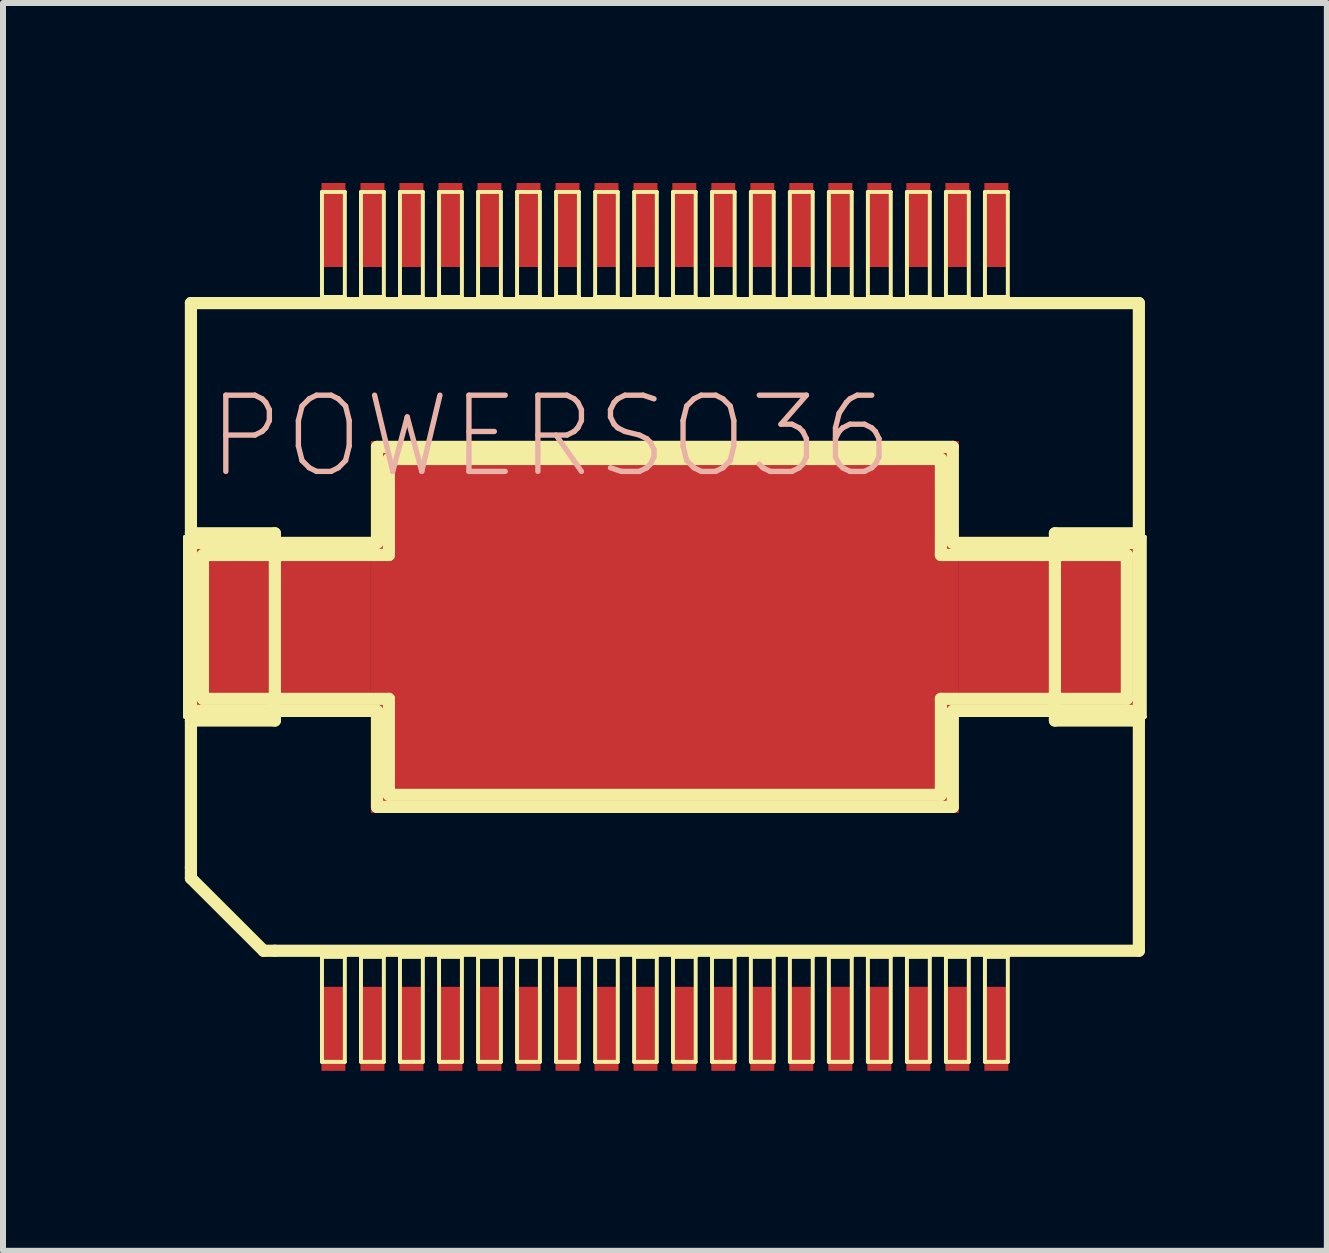
<source format=kicad_pcb>
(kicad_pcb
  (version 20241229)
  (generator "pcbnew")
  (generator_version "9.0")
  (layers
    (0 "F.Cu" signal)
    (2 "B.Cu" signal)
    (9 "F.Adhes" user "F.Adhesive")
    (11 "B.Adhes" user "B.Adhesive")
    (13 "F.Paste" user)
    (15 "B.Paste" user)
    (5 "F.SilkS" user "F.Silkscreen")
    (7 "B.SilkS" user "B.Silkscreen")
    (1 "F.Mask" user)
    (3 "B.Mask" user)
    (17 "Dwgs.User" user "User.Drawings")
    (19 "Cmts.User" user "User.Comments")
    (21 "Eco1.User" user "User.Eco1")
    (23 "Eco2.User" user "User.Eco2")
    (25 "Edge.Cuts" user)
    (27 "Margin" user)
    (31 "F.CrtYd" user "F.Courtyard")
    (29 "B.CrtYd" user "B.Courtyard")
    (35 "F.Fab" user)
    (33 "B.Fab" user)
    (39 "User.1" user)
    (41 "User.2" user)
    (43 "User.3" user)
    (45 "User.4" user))
  (footprint "POWERSO36"
    (layer "F.Cu")
    (at 8.031 7.398)
    (property "Reference" "POWERSO36" (at -1.905 -3.175 0) (layer "B.SilkS") (effects (font (size 1.27 1.27) (thickness 0.089))))
    (attr smd)
    (fp_line (start -7.998 -1.499) (end -6.5 -1.499) (stroke (width 0.066) (type solid)) (layer "F.SilkS"))
    (fp_line (start -7.998 1.499) (end -7.998 -1.499) (stroke (width 0.066) (type solid)) (layer "F.SilkS"))
    (fp_line (start -7.998 1.499) (end -6.5 1.499) (stroke (width 0.066) (type solid)) (layer "F.SilkS"))
    (fp_line (start -7.899 -5.397) (end 7.899 -5.397) (stroke (width 0.203) (type solid)) (layer "F.SilkS"))
    (fp_line (start -7.899 -1.56) (end -7.899 -5.397) (stroke (width 0.203) (type solid)) (layer "F.SilkS"))
    (fp_line (start -7.899 -1.4) (end -4.798 -1.4) (stroke (width 0.203) (type solid)) (layer "F.SilkS"))
    (fp_line (start -7.899 1.4) (end -7.899 -1.4) (stroke (width 0.203) (type solid)) (layer "F.SilkS"))
    (fp_line (start -7.899 1.56) (end -6.5 1.56) (stroke (width 0.203) (type solid)) (layer "F.SilkS"))
    (fp_line (start -7.899 4.008) (end -7.899 1.56) (stroke (width 0.203) (type solid)) (layer "F.SilkS"))
    (fp_line (start -7.899 4.188) (end -7.899 4.008) (stroke (width 0.203) (type solid)) (layer "F.SilkS"))
    (fp_line (start -7.699 -1.199) (end -4.6 -1.199) (stroke (width 0.203) (type solid)) (layer "F.SilkS"))
    (fp_line (start -7.699 1.199) (end -7.699 -1.199) (stroke (width 0.203) (type solid)) (layer "F.SilkS"))
    (fp_line (start -6.688 5.397) (end -7.899 4.188) (stroke (width 0.203) (type solid)) (layer "F.SilkS"))
    (fp_line (start -6.5 -1.56) (end -7.899 -1.56) (stroke (width 0.203) (type solid)) (layer "F.SilkS"))
    (fp_line (start -6.5 1.499) (end -6.5 -1.499) (stroke (width 0.066) (type solid)) (layer "F.SilkS"))
    (fp_line (start -6.5 1.56) (end -6.5 -1.56) (stroke (width 0.203) (type solid)) (layer "F.SilkS"))
    (fp_line (start -6.5 5.397) (end -6.688 5.397) (stroke (width 0.203) (type solid)) (layer "F.SilkS"))
    (fp_line (start -5.715 -7.249) (end -5.334 -7.249) (stroke (width 0.066) (type solid)) (layer "F.SilkS"))
    (fp_line (start -5.715 -5.499) (end -5.715 -7.249) (stroke (width 0.066) (type solid)) (layer "F.SilkS"))
    (fp_line (start -5.715 -5.499) (end -5.334 -5.499) (stroke (width 0.066) (type solid)) (layer "F.SilkS"))
    (fp_line (start -5.715 5.499) (end -5.334 5.499) (stroke (width 0.066) (type solid)) (layer "F.SilkS"))
    (fp_line (start -5.715 7.249) (end -5.715 5.499) (stroke (width 0.066) (type solid)) (layer "F.SilkS"))
    (fp_line (start -5.715 7.249) (end -5.334 7.249) (stroke (width 0.066) (type solid)) (layer "F.SilkS"))
    (fp_line (start -5.334 -5.499) (end -5.334 -7.249) (stroke (width 0.066) (type solid)) (layer "F.SilkS"))
    (fp_line (start -5.334 7.249) (end -5.334 5.499) (stroke (width 0.066) (type solid)) (layer "F.SilkS"))
    (fp_line (start -5.065 -7.249) (end -4.684 -7.249) (stroke (width 0.066) (type solid)) (layer "F.SilkS"))
    (fp_line (start -5.065 -5.499) (end -5.065 -7.249) (stroke (width 0.066) (type solid)) (layer "F.SilkS"))
    (fp_line (start -5.065 -5.499) (end -4.684 -5.499) (stroke (width 0.066) (type solid)) (layer "F.SilkS"))
    (fp_line (start -5.065 5.499) (end -4.684 5.499) (stroke (width 0.066) (type solid)) (layer "F.SilkS"))
    (fp_line (start -5.065 7.249) (end -5.065 5.499) (stroke (width 0.066) (type solid)) (layer "F.SilkS"))
    (fp_line (start -5.065 7.249) (end -4.684 7.249) (stroke (width 0.066) (type solid)) (layer "F.SilkS"))
    (fp_line (start -4.9 1.4) (end -7.899 1.4) (stroke (width 0.203) (type solid)) (layer "F.SilkS"))
    (fp_line (start -4.798 -3) (end 4.798 -3) (stroke (width 0.203) (type solid)) (layer "F.SilkS"))
    (fp_line (start -4.798 -1.4) (end -4.798 -3) (stroke (width 0.203) (type solid)) (layer "F.SilkS"))
    (fp_line (start -4.798 1.4) (end -4.9 1.4) (stroke (width 0.203) (type solid)) (layer "F.SilkS"))
    (fp_line (start -4.798 3) (end -4.798 1.4) (stroke (width 0.203) (type solid)) (layer "F.SilkS"))
    (fp_line (start -4.684 -5.499) (end -4.684 -7.249) (stroke (width 0.066) (type solid)) (layer "F.SilkS"))
    (fp_line (start -4.684 7.249) (end -4.684 5.499) (stroke (width 0.066) (type solid)) (layer "F.SilkS"))
    (fp_line (start -4.6 -2.799) (end 4.6 -2.799) (stroke (width 0.203) (type solid)) (layer "F.SilkS"))
    (fp_line (start -4.6 -1.199) (end -4.6 -2.799) (stroke (width 0.203) (type solid)) (layer "F.SilkS"))
    (fp_line (start -4.6 1.199) (end -7.699 1.199) (stroke (width 0.203) (type solid)) (layer "F.SilkS"))
    (fp_line (start -4.6 2.799) (end -4.6 1.199) (stroke (width 0.203) (type solid)) (layer "F.SilkS"))
    (fp_line (start -4.415 -7.249) (end -4.034 -7.249) (stroke (width 0.066) (type solid)) (layer "F.SilkS"))
    (fp_line (start -4.415 -5.499) (end -4.415 -7.249) (stroke (width 0.066) (type solid)) (layer "F.SilkS"))
    (fp_line (start -4.415 -5.499) (end -4.034 -5.499) (stroke (width 0.066) (type solid)) (layer "F.SilkS"))
    (fp_line (start -4.415 5.499) (end -4.034 5.499) (stroke (width 0.066) (type solid)) (layer "F.SilkS"))
    (fp_line (start -4.415 7.249) (end -4.415 5.499) (stroke (width 0.066) (type solid)) (layer "F.SilkS"))
    (fp_line (start -4.415 7.249) (end -4.034 7.249) (stroke (width 0.066) (type solid)) (layer "F.SilkS"))
    (fp_line (start -4.034 -5.499) (end -4.034 -7.249) (stroke (width 0.066) (type solid)) (layer "F.SilkS"))
    (fp_line (start -4.034 7.249) (end -4.034 5.499) (stroke (width 0.066) (type solid)) (layer "F.SilkS"))
    (fp_line (start -3.764 -7.249) (end -3.383 -7.249) (stroke (width 0.066) (type solid)) (layer "F.SilkS"))
    (fp_line (start -3.764 -5.499) (end -3.764 -7.249) (stroke (width 0.066) (type solid)) (layer "F.SilkS"))
    (fp_line (start -3.764 -5.499) (end -3.383 -5.499) (stroke (width 0.066) (type solid)) (layer "F.SilkS"))
    (fp_line (start -3.764 5.499) (end -3.383 5.499) (stroke (width 0.066) (type solid)) (layer "F.SilkS"))
    (fp_line (start -3.764 7.249) (end -3.764 5.499) (stroke (width 0.066) (type solid)) (layer "F.SilkS"))
    (fp_line (start -3.764 7.249) (end -3.383 7.249) (stroke (width 0.066) (type solid)) (layer "F.SilkS"))
    (fp_line (start -3.383 -5.499) (end -3.383 -7.249) (stroke (width 0.066) (type solid)) (layer "F.SilkS"))
    (fp_line (start -3.383 7.249) (end -3.383 5.499) (stroke (width 0.066) (type solid)) (layer "F.SilkS"))
    (fp_line (start -3.114 -7.249) (end -2.733 -7.249) (stroke (width 0.066) (type solid)) (layer "F.SilkS"))
    (fp_line (start -3.114 -5.499) (end -3.114 -7.249) (stroke (width 0.066) (type solid)) (layer "F.SilkS"))
    (fp_line (start -3.114 -5.499) (end -2.733 -5.499) (stroke (width 0.066) (type solid)) (layer "F.SilkS"))
    (fp_line (start -3.114 5.499) (end -2.733 5.499) (stroke (width 0.066) (type solid)) (layer "F.SilkS"))
    (fp_line (start -3.114 7.249) (end -3.114 5.499) (stroke (width 0.066) (type solid)) (layer "F.SilkS"))
    (fp_line (start -3.114 7.249) (end -2.733 7.249) (stroke (width 0.066) (type solid)) (layer "F.SilkS"))
    (fp_line (start -2.733 -5.499) (end -2.733 -7.249) (stroke (width 0.066) (type solid)) (layer "F.SilkS"))
    (fp_line (start -2.733 7.249) (end -2.733 5.499) (stroke (width 0.066) (type solid)) (layer "F.SilkS"))
    (fp_line (start -2.464 -7.249) (end -2.083 -7.249) (stroke (width 0.066) (type solid)) (layer "F.SilkS"))
    (fp_line (start -2.464 -5.499) (end -2.464 -7.249) (stroke (width 0.066) (type solid)) (layer "F.SilkS"))
    (fp_line (start -2.464 -5.499) (end -2.083 -5.499) (stroke (width 0.066) (type solid)) (layer "F.SilkS"))
    (fp_line (start -2.464 5.499) (end -2.083 5.499) (stroke (width 0.066) (type solid)) (layer "F.SilkS"))
    (fp_line (start -2.464 7.249) (end -2.464 5.499) (stroke (width 0.066) (type solid)) (layer "F.SilkS"))
    (fp_line (start -2.464 7.249) (end -2.083 7.249) (stroke (width 0.066) (type solid)) (layer "F.SilkS"))
    (fp_line (start -2.083 -5.499) (end -2.083 -7.249) (stroke (width 0.066) (type solid)) (layer "F.SilkS"))
    (fp_line (start -2.083 7.249) (end -2.083 5.499) (stroke (width 0.066) (type solid)) (layer "F.SilkS"))
    (fp_line (start -1.814 -7.249) (end -1.433 -7.249) (stroke (width 0.066) (type solid)) (layer "F.SilkS"))
    (fp_line (start -1.814 -5.499) (end -1.814 -7.249) (stroke (width 0.066) (type solid)) (layer "F.SilkS"))
    (fp_line (start -1.814 -5.499) (end -1.433 -5.499) (stroke (width 0.066) (type solid)) (layer "F.SilkS"))
    (fp_line (start -1.814 5.499) (end -1.433 5.499) (stroke (width 0.066) (type solid)) (layer "F.SilkS"))
    (fp_line (start -1.814 7.249) (end -1.814 5.499) (stroke (width 0.066) (type solid)) (layer "F.SilkS"))
    (fp_line (start -1.814 7.249) (end -1.433 7.249) (stroke (width 0.066) (type solid)) (layer "F.SilkS"))
    (fp_line (start -1.433 -5.499) (end -1.433 -7.249) (stroke (width 0.066) (type solid)) (layer "F.SilkS"))
    (fp_line (start -1.433 7.249) (end -1.433 5.499) (stroke (width 0.066) (type solid)) (layer "F.SilkS"))
    (fp_line (start -1.163 -7.249) (end -0.785 -7.249) (stroke (width 0.066) (type solid)) (layer "F.SilkS"))
    (fp_line (start -1.163 -5.499) (end -1.163 -7.249) (stroke (width 0.066) (type solid)) (layer "F.SilkS"))
    (fp_line (start -1.163 -5.499) (end -0.785 -5.499) (stroke (width 0.066) (type solid)) (layer "F.SilkS"))
    (fp_line (start -1.163 5.499) (end -0.785 5.499) (stroke (width 0.066) (type solid)) (layer "F.SilkS"))
    (fp_line (start -1.163 7.249) (end -1.163 5.499) (stroke (width 0.066) (type solid)) (layer "F.SilkS"))
    (fp_line (start -1.163 7.249) (end -0.785 7.249) (stroke (width 0.066) (type solid)) (layer "F.SilkS"))
    (fp_line (start -0.785 -5.499) (end -0.785 -7.249) (stroke (width 0.066) (type solid)) (layer "F.SilkS"))
    (fp_line (start -0.785 7.249) (end -0.785 5.499) (stroke (width 0.066) (type solid)) (layer "F.SilkS"))
    (fp_line (start -0.513 -7.249) (end -0.135 -7.249) (stroke (width 0.066) (type solid)) (layer "F.SilkS"))
    (fp_line (start -0.513 -5.499) (end -0.513 -7.249) (stroke (width 0.066) (type solid)) (layer "F.SilkS"))
    (fp_line (start -0.513 -5.499) (end -0.135 -5.499) (stroke (width 0.066) (type solid)) (layer "F.SilkS"))
    (fp_line (start -0.513 5.499) (end -0.135 5.499) (stroke (width 0.066) (type solid)) (layer "F.SilkS"))
    (fp_line (start -0.513 7.249) (end -0.513 5.499) (stroke (width 0.066) (type solid)) (layer "F.SilkS"))
    (fp_line (start -0.513 7.249) (end -0.135 7.249) (stroke (width 0.066) (type solid)) (layer "F.SilkS"))
    (fp_line (start -0.135 -5.499) (end -0.135 -7.249) (stroke (width 0.066) (type solid)) (layer "F.SilkS"))
    (fp_line (start -0.135 7.249) (end -0.135 5.499) (stroke (width 0.066) (type solid)) (layer "F.SilkS"))
    (fp_line (start 0.135 -7.249) (end 0.513 -7.249) (stroke (width 0.066) (type solid)) (layer "F.SilkS"))
    (fp_line (start 0.135 -5.499) (end 0.135 -7.249) (stroke (width 0.066) (type solid)) (layer "F.SilkS"))
    (fp_line (start 0.135 -5.499) (end 0.513 -5.499) (stroke (width 0.066) (type solid)) (layer "F.SilkS"))
    (fp_line (start 0.135 5.499) (end 0.513 5.499) (stroke (width 0.066) (type solid)) (layer "F.SilkS"))
    (fp_line (start 0.135 7.249) (end 0.135 5.499) (stroke (width 0.066) (type solid)) (layer "F.SilkS"))
    (fp_line (start 0.135 7.249) (end 0.513 7.249) (stroke (width 0.066) (type solid)) (layer "F.SilkS"))
    (fp_line (start 0.513 -5.499) (end 0.513 -7.249) (stroke (width 0.066) (type solid)) (layer "F.SilkS"))
    (fp_line (start 0.513 7.249) (end 0.513 5.499) (stroke (width 0.066) (type solid)) (layer "F.SilkS"))
    (fp_line (start 0.785 -7.249) (end 1.163 -7.249) (stroke (width 0.066) (type solid)) (layer "F.SilkS"))
    (fp_line (start 0.785 -5.499) (end 0.785 -7.249) (stroke (width 0.066) (type solid)) (layer "F.SilkS"))
    (fp_line (start 0.785 -5.499) (end 1.163 -5.499) (stroke (width 0.066) (type solid)) (layer "F.SilkS"))
    (fp_line (start 0.785 5.499) (end 1.163 5.499) (stroke (width 0.066) (type solid)) (layer "F.SilkS"))
    (fp_line (start 0.785 7.249) (end 0.785 5.499) (stroke (width 0.066) (type solid)) (layer "F.SilkS"))
    (fp_line (start 0.785 7.249) (end 1.163 7.249) (stroke (width 0.066) (type solid)) (layer "F.SilkS"))
    (fp_line (start 1.163 -5.499) (end 1.163 -7.249) (stroke (width 0.066) (type solid)) (layer "F.SilkS"))
    (fp_line (start 1.163 7.249) (end 1.163 5.499) (stroke (width 0.066) (type solid)) (layer "F.SilkS"))
    (fp_line (start 1.433 -7.249) (end 1.814 -7.249) (stroke (width 0.066) (type solid)) (layer "F.SilkS"))
    (fp_line (start 1.433 -5.499) (end 1.433 -7.249) (stroke (width 0.066) (type solid)) (layer "F.SilkS"))
    (fp_line (start 1.433 -5.499) (end 1.814 -5.499) (stroke (width 0.066) (type solid)) (layer "F.SilkS"))
    (fp_line (start 1.433 5.499) (end 1.814 5.499) (stroke (width 0.066) (type solid)) (layer "F.SilkS"))
    (fp_line (start 1.433 7.249) (end 1.433 5.499) (stroke (width 0.066) (type solid)) (layer "F.SilkS"))
    (fp_line (start 1.433 7.249) (end 1.814 7.249) (stroke (width 0.066) (type solid)) (layer "F.SilkS"))
    (fp_line (start 1.814 -5.499) (end 1.814 -7.249) (stroke (width 0.066) (type solid)) (layer "F.SilkS"))
    (fp_line (start 1.814 7.249) (end 1.814 5.499) (stroke (width 0.066) (type solid)) (layer "F.SilkS"))
    (fp_line (start 2.083 -7.249) (end 2.464 -7.249) (stroke (width 0.066) (type solid)) (layer "F.SilkS"))
    (fp_line (start 2.083 -5.499) (end 2.083 -7.249) (stroke (width 0.066) (type solid)) (layer "F.SilkS"))
    (fp_line (start 2.083 -5.499) (end 2.464 -5.499) (stroke (width 0.066) (type solid)) (layer "F.SilkS"))
    (fp_line (start 2.083 5.499) (end 2.464 5.499) (stroke (width 0.066) (type solid)) (layer "F.SilkS"))
    (fp_line (start 2.083 7.249) (end 2.083 5.499) (stroke (width 0.066) (type solid)) (layer "F.SilkS"))
    (fp_line (start 2.083 7.249) (end 2.464 7.249) (stroke (width 0.066) (type solid)) (layer "F.SilkS"))
    (fp_line (start 2.464 -5.499) (end 2.464 -7.249) (stroke (width 0.066) (type solid)) (layer "F.SilkS"))
    (fp_line (start 2.464 7.249) (end 2.464 5.499) (stroke (width 0.066) (type solid)) (layer "F.SilkS"))
    (fp_line (start 2.733 -7.249) (end 3.114 -7.249) (stroke (width 0.066) (type solid)) (layer "F.SilkS"))
    (fp_line (start 2.733 -5.499) (end 2.733 -7.249) (stroke (width 0.066) (type solid)) (layer "F.SilkS"))
    (fp_line (start 2.733 -5.499) (end 3.114 -5.499) (stroke (width 0.066) (type solid)) (layer "F.SilkS"))
    (fp_line (start 2.733 5.499) (end 3.114 5.499) (stroke (width 0.066) (type solid)) (layer "F.SilkS"))
    (fp_line (start 2.733 7.249) (end 2.733 5.499) (stroke (width 0.066) (type solid)) (layer "F.SilkS"))
    (fp_line (start 2.733 7.249) (end 3.114 7.249) (stroke (width 0.066) (type solid)) (layer "F.SilkS"))
    (fp_line (start 3.114 -5.499) (end 3.114 -7.249) (stroke (width 0.066) (type solid)) (layer "F.SilkS"))
    (fp_line (start 3.114 7.249) (end 3.114 5.499) (stroke (width 0.066) (type solid)) (layer "F.SilkS"))
    (fp_line (start 3.383 -7.249) (end 3.764 -7.249) (stroke (width 0.066) (type solid)) (layer "F.SilkS"))
    (fp_line (start 3.383 -5.499) (end 3.383 -7.249) (stroke (width 0.066) (type solid)) (layer "F.SilkS"))
    (fp_line (start 3.383 -5.499) (end 3.764 -5.499) (stroke (width 0.066) (type solid)) (layer "F.SilkS"))
    (fp_line (start 3.383 5.499) (end 3.764 5.499) (stroke (width 0.066) (type solid)) (layer "F.SilkS"))
    (fp_line (start 3.383 7.249) (end 3.383 5.499) (stroke (width 0.066) (type solid)) (layer "F.SilkS"))
    (fp_line (start 3.383 7.249) (end 3.764 7.249) (stroke (width 0.066) (type solid)) (layer "F.SilkS"))
    (fp_line (start 3.764 -5.499) (end 3.764 -7.249) (stroke (width 0.066) (type solid)) (layer "F.SilkS"))
    (fp_line (start 3.764 7.249) (end 3.764 5.499) (stroke (width 0.066) (type solid)) (layer "F.SilkS"))
    (fp_line (start 4.034 -7.249) (end 4.415 -7.249) (stroke (width 0.066) (type solid)) (layer "F.SilkS"))
    (fp_line (start 4.034 -5.499) (end 4.034 -7.249) (stroke (width 0.066) (type solid)) (layer "F.SilkS"))
    (fp_line (start 4.034 -5.499) (end 4.415 -5.499) (stroke (width 0.066) (type solid)) (layer "F.SilkS"))
    (fp_line (start 4.034 5.499) (end 4.415 5.499) (stroke (width 0.066) (type solid)) (layer "F.SilkS"))
    (fp_line (start 4.034 7.249) (end 4.034 5.499) (stroke (width 0.066) (type solid)) (layer "F.SilkS"))
    (fp_line (start 4.034 7.249) (end 4.415 7.249) (stroke (width 0.066) (type solid)) (layer "F.SilkS"))
    (fp_line (start 4.415 -5.499) (end 4.415 -7.249) (stroke (width 0.066) (type solid)) (layer "F.SilkS"))
    (fp_line (start 4.415 7.249) (end 4.415 5.499) (stroke (width 0.066) (type solid)) (layer "F.SilkS"))
    (fp_line (start 4.6 -2.799) (end 4.6 -1.199) (stroke (width 0.203) (type solid)) (layer "F.SilkS"))
    (fp_line (start 4.6 -1.199) (end 7.699 -1.199) (stroke (width 0.203) (type solid)) (layer "F.SilkS"))
    (fp_line (start 4.6 1.199) (end 4.6 2.799) (stroke (width 0.203) (type solid)) (layer "F.SilkS"))
    (fp_line (start 4.6 2.799) (end -4.6 2.799) (stroke (width 0.203) (type solid)) (layer "F.SilkS"))
    (fp_line (start 4.684 -7.249) (end 5.065 -7.249) (stroke (width 0.066) (type solid)) (layer "F.SilkS"))
    (fp_line (start 4.684 -5.499) (end 4.684 -7.249) (stroke (width 0.066) (type solid)) (layer "F.SilkS"))
    (fp_line (start 4.684 -5.499) (end 5.065 -5.499) (stroke (width 0.066) (type solid)) (layer "F.SilkS"))
    (fp_line (start 4.684 5.499) (end 5.065 5.499) (stroke (width 0.066) (type solid)) (layer "F.SilkS"))
    (fp_line (start 4.684 7.249) (end 4.684 5.499) (stroke (width 0.066) (type solid)) (layer "F.SilkS"))
    (fp_line (start 4.684 7.249) (end 5.065 7.249) (stroke (width 0.066) (type solid)) (layer "F.SilkS"))
    (fp_line (start 4.798 -3) (end 4.798 -1.4) (stroke (width 0.203) (type solid)) (layer "F.SilkS"))
    (fp_line (start 4.798 -1.4) (end 7.899 -1.4) (stroke (width 0.203) (type solid)) (layer "F.SilkS"))
    (fp_line (start 4.798 1.4) (end 4.798 3) (stroke (width 0.203) (type solid)) (layer "F.SilkS"))
    (fp_line (start 4.798 3) (end -4.798 3) (stroke (width 0.203) (type solid)) (layer "F.SilkS"))
    (fp_line (start 5.065 -5.499) (end 5.065 -7.249) (stroke (width 0.066) (type solid)) (layer "F.SilkS"))
    (fp_line (start 5.065 7.249) (end 5.065 5.499) (stroke (width 0.066) (type solid)) (layer "F.SilkS"))
    (fp_line (start 5.334 -7.249) (end 5.715 -7.249) (stroke (width 0.066) (type solid)) (layer "F.SilkS"))
    (fp_line (start 5.334 -5.499) (end 5.334 -7.249) (stroke (width 0.066) (type solid)) (layer "F.SilkS"))
    (fp_line (start 5.334 -5.499) (end 5.715 -5.499) (stroke (width 0.066) (type solid)) (layer "F.SilkS"))
    (fp_line (start 5.334 5.499) (end 5.715 5.499) (stroke (width 0.066) (type solid)) (layer "F.SilkS"))
    (fp_line (start 5.334 7.249) (end 5.334 5.499) (stroke (width 0.066) (type solid)) (layer "F.SilkS"))
    (fp_line (start 5.334 7.249) (end 5.715 7.249) (stroke (width 0.066) (type solid)) (layer "F.SilkS"))
    (fp_line (start 5.715 -5.499) (end 5.715 -7.249) (stroke (width 0.066) (type solid)) (layer "F.SilkS"))
    (fp_line (start 5.715 7.249) (end 5.715 5.499) (stroke (width 0.066) (type solid)) (layer "F.SilkS"))
    (fp_line (start 6.5 -1.56) (end 6.5 1.56) (stroke (width 0.203) (type solid)) (layer "F.SilkS"))
    (fp_line (start 6.5 -1.499) (end 7.998 -1.499) (stroke (width 0.066) (type solid)) (layer "F.SilkS"))
    (fp_line (start 6.5 1.499) (end 6.5 -1.499) (stroke (width 0.066) (type solid)) (layer "F.SilkS"))
    (fp_line (start 6.5 1.499) (end 7.998 1.499) (stroke (width 0.066) (type solid)) (layer "F.SilkS"))
    (fp_line (start 6.5 1.56) (end 7.899 1.56) (stroke (width 0.203) (type solid)) (layer "F.SilkS"))
    (fp_line (start 7.699 -1.199) (end 7.699 1.199) (stroke (width 0.203) (type solid)) (layer "F.SilkS"))
    (fp_line (start 7.699 1.199) (end 4.6 1.199) (stroke (width 0.203) (type solid)) (layer "F.SilkS"))
    (fp_line (start 7.899 -5.397) (end 7.899 -1.56) (stroke (width 0.203) (type solid)) (layer "F.SilkS"))
    (fp_line (start 7.899 -1.56) (end 6.5 -1.56) (stroke (width 0.203) (type solid)) (layer "F.SilkS"))
    (fp_line (start 7.899 -1.4) (end 7.899 1.4) (stroke (width 0.203) (type solid)) (layer "F.SilkS"))
    (fp_line (start 7.899 1.4) (end 4.798 1.4) (stroke (width 0.203) (type solid)) (layer "F.SilkS"))
    (fp_line (start 7.899 1.56) (end 7.899 5.397) (stroke (width 0.203) (type solid)) (layer "F.SilkS"))
    (fp_line (start 7.899 5.397) (end -6.5 5.397) (stroke (width 0.203) (type solid)) (layer "F.SilkS"))
    (fp_line (start 7.998 1.499) (end 7.998 -1.499) (stroke (width 0.066) (type solid)) (layer "F.SilkS"))
    (pad "1" smd rect (at -5.524 6.698) (size 0.399 1.4) (layers "F.Cu" "F.Mask" "F.Paste"))
    (pad "2" smd rect (at -4.874 6.698) (size 0.399 1.4) (layers "F.Cu" "F.Mask" "F.Paste"))
    (pad "3" smd rect (at -4.224 6.698) (size 0.399 1.4) (layers "F.Cu" "F.Mask" "F.Paste"))
    (pad "4" smd rect (at -3.574 6.698) (size 0.399 1.4) (layers "F.Cu" "F.Mask" "F.Paste"))
    (pad "5" smd rect (at -2.924 6.698) (size 0.399 1.4) (layers "F.Cu" "F.Mask" "F.Paste"))
    (pad "6" smd rect (at -2.273 6.698) (size 0.399 1.4) (layers "F.Cu" "F.Mask" "F.Paste"))
    (pad "7" smd rect (at -1.623 6.698) (size 0.399 1.4) (layers "F.Cu" "F.Mask" "F.Paste"))
    (pad "8" smd rect (at -0.973 6.698) (size 0.399 1.4) (layers "F.Cu" "F.Mask" "F.Paste"))
    (pad "9" smd rect (at -0.323 6.698) (size 0.399 1.4) (layers "F.Cu" "F.Mask" "F.Paste"))
    (pad "10" smd rect (at 0.323 6.698) (size 0.399 1.4) (layers "F.Cu" "F.Mask" "F.Paste"))
    (pad "11" smd rect (at 0.973 6.698) (size 0.399 1.4) (layers "F.Cu" "F.Mask" "F.Paste"))
    (pad "12" smd rect (at 1.623 6.698) (size 0.399 1.4) (layers "F.Cu" "F.Mask" "F.Paste"))
    (pad "13" smd rect (at 2.273 6.698) (size 0.399 1.4) (layers "F.Cu" "F.Mask" "F.Paste"))
    (pad "14" smd rect (at 2.924 6.698) (size 0.399 1.4) (layers "F.Cu" "F.Mask" "F.Paste"))
    (pad "15" smd rect (at 3.574 6.698) (size 0.399 1.4) (layers "F.Cu" "F.Mask" "F.Paste"))
    (pad "16" smd rect (at 4.224 6.698) (size 0.399 1.4) (layers "F.Cu" "F.Mask" "F.Paste"))
    (pad "17" smd rect (at 4.874 6.698) (size 0.399 1.4) (layers "F.Cu" "F.Mask" "F.Paste"))
    (pad "18" smd rect (at 5.524 6.698) (size 0.399 1.4) (layers "F.Cu" "F.Mask" "F.Paste"))
    (pad "19" smd rect (at 5.524 -6.698) (size 0.399 1.4) (layers "F.Cu" "F.Mask" "F.Paste"))
    (pad "20" smd rect (at 4.874 -6.698) (size 0.399 1.4) (layers "F.Cu" "F.Mask" "F.Paste"))
    (pad "21" smd rect (at 4.224 -6.698) (size 0.399 1.4) (layers "F.Cu" "F.Mask" "F.Paste"))
    (pad "22" smd rect (at 3.574 -6.698) (size 0.399 1.4) (layers "F.Cu" "F.Mask" "F.Paste"))
    (pad "23" smd rect (at 2.924 -6.698) (size 0.399 1.4) (layers "F.Cu" "F.Mask" "F.Paste"))
    (pad "24" smd rect (at 2.273 -6.698) (size 0.399 1.4) (layers "F.Cu" "F.Mask" "F.Paste"))
    (pad "25" smd rect (at 1.623 -6.698) (size 0.399 1.4) (layers "F.Cu" "F.Mask" "F.Paste"))
    (pad "26" smd rect (at 0.973 -6.698) (size 0.399 1.4) (layers "F.Cu" "F.Mask" "F.Paste"))
    (pad "27" smd rect (at 0.323 -6.698) (size 0.399 1.4) (layers "F.Cu" "F.Mask" "F.Paste"))
    (pad "28" smd rect (at -0.323 -6.698) (size 0.399 1.4) (layers "F.Cu" "F.Mask" "F.Paste"))
    (pad "29" smd rect (at -0.973 -6.698) (size 0.399 1.4) (layers "F.Cu" "F.Mask" "F.Paste"))
    (pad "30" smd rect (at -1.623 -6.698) (size 0.399 1.4) (layers "F.Cu" "F.Mask" "F.Paste"))
    (pad "31" smd rect (at -2.273 -6.698) (size 0.399 1.4) (layers "F.Cu" "F.Mask" "F.Paste"))
    (pad "32" smd rect (at -2.924 -6.698) (size 0.399 1.4) (layers "F.Cu" "F.Mask" "F.Paste"))
    (pad "33" smd rect (at -3.574 -6.698) (size 0.399 1.4) (layers "F.Cu" "F.Mask" "F.Paste"))
    (pad "34" smd rect (at -4.224 -6.698) (size 0.399 1.4) (layers "F.Cu" "F.Mask" "F.Paste"))
    (pad "35" smd rect (at -4.874 -6.698) (size 0.399 1.4) (layers "F.Cu" "F.Mask" "F.Paste"))
    (pad "36" smd rect (at -5.524 -6.698) (size 0.399 1.4) (layers "F.Cu" "F.Mask" "F.Paste"))
    (pad "M@1" smd rect (at 0 0) (size 9.799 6.198) (layers "F.Cu" "F.Mask" "F.Paste"))
    (pad "M@2" smd rect (at -6.449 0) (size 3.099 2.898) (layers "F.Cu" "F.Mask" "F.Paste"))
    (pad "M@3" smd rect (at 6.449 0) (size 3.099 2.898) (layers "F.Cu" "F.Mask" "F.Paste")))
  (gr_rect
    (start -3 -3)
    (end 19.063 17.796)
    (stroke (width 0.1) (type default))
    (fill no)
    (layer "Edge.Cuts")))
</source>
